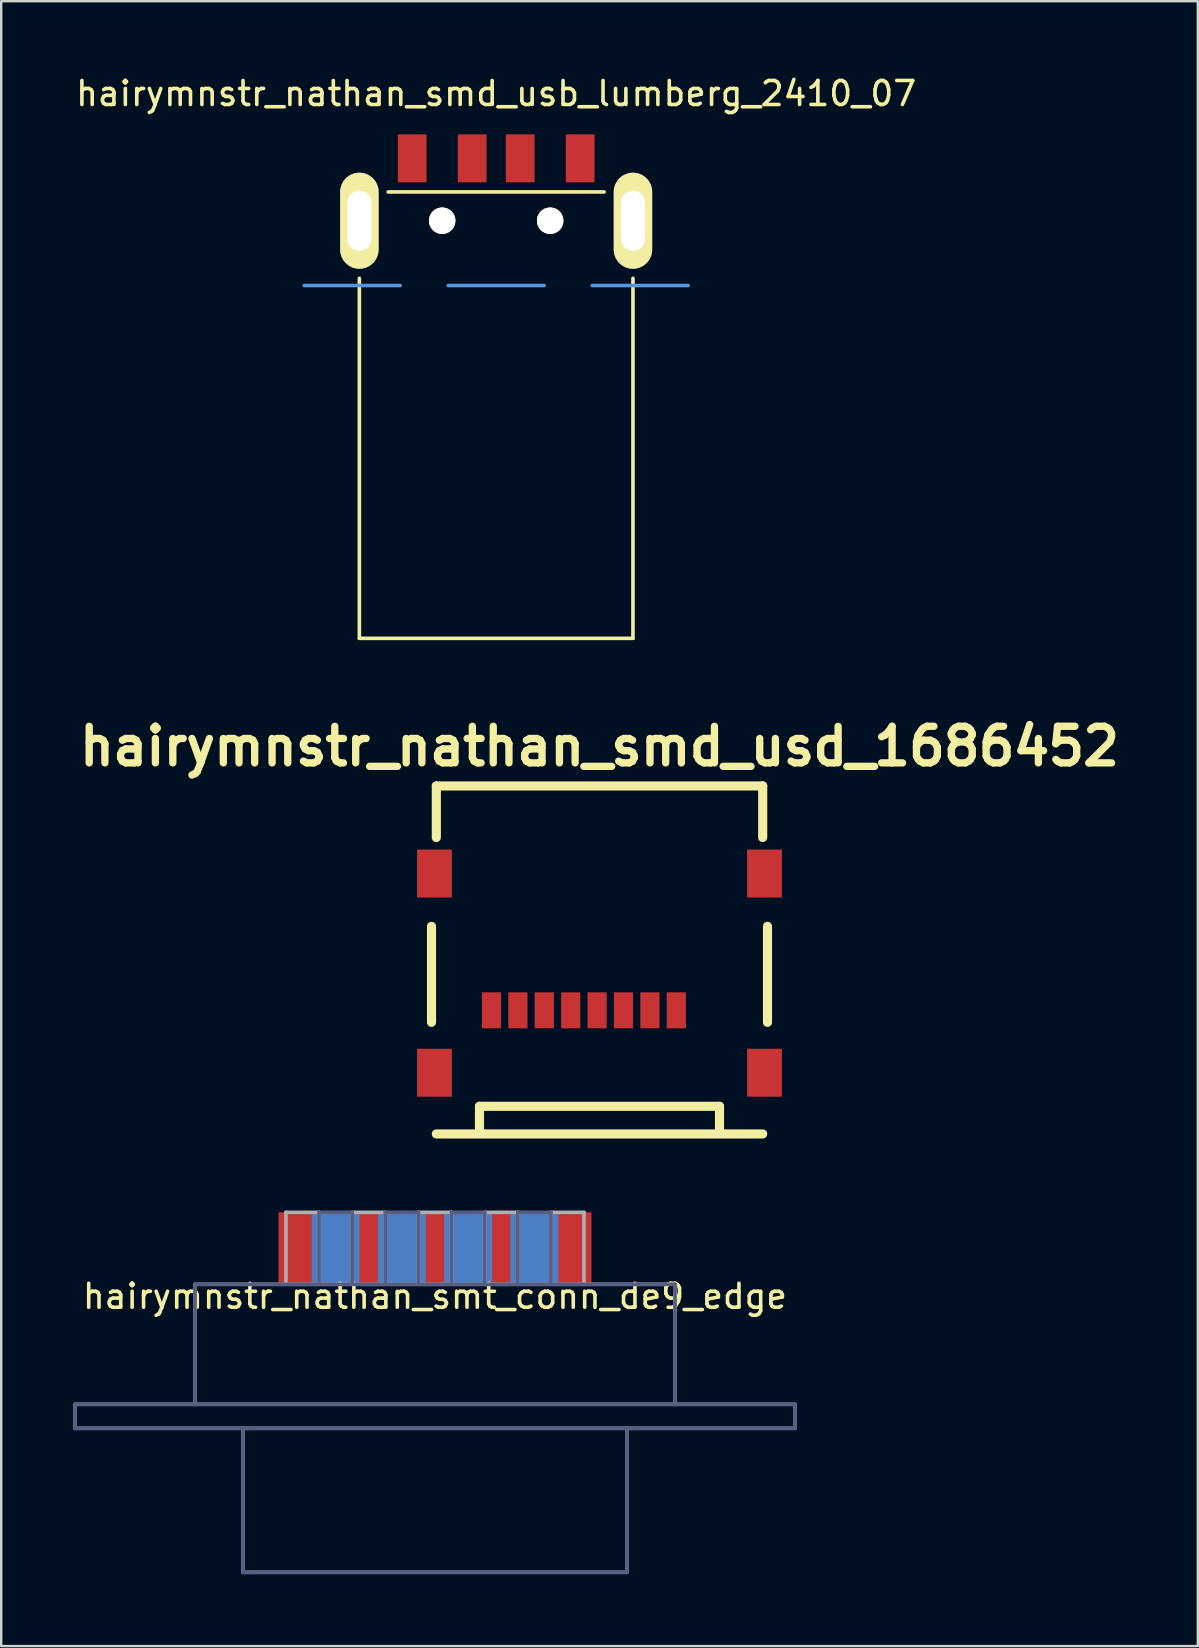
<source format=kicad_pcb>
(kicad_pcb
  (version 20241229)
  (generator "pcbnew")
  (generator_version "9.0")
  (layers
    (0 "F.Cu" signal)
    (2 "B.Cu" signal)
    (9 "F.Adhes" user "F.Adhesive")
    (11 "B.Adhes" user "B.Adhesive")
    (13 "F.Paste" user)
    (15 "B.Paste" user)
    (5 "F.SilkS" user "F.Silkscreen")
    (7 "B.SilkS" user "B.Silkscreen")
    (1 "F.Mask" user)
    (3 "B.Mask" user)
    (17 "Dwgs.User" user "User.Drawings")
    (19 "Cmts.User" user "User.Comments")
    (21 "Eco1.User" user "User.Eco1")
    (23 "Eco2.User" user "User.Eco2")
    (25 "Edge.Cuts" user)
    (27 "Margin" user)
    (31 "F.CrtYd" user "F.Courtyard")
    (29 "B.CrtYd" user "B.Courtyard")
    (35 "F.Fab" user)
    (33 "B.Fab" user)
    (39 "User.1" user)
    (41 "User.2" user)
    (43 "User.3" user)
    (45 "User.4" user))
  (footprint "hairymnstr_nathan_smd_usb_lumberg_2410_07"
    (layer "F.Cu")
    (at 17.625 8.848)
    (property "Reference" "hairymnstr_nathan_smd_usb_lumberg_2410_07" (at 0 -8 0) (layer "F.SilkS") (effects (font (size 1 1) (thickness 0.15))))
    (attr through_hole)
    (fp_line (start -5.7 -0.3) (end -5.7 14.7) (stroke (width 0.15) (type solid)) (layer "F.SilkS"))
    (fp_line (start -5.7 14.7) (end 5.7 14.7) (stroke (width 0.15) (type solid)) (layer "F.SilkS"))
    (fp_line (start -4.5 -3.9) (end 4.5 -3.9) (stroke (width 0.15) (type solid)) (layer "F.SilkS"))
    (fp_line (start 5.7 14.7) (end 5.7 -0.3) (stroke (width 0.15) (type solid)) (layer "F.SilkS"))
    (fp_line (start -8 0) (end -4 0) (stroke (width 0.15) (type solid)) (layer "Cmts.User"))
    (fp_line (start -2 0) (end 2 0) (stroke (width 0.15) (type solid)) (layer "Cmts.User"))
    (fp_line (start 4 0) (end 8 0) (stroke (width 0.15) (type solid)) (layer "Cmts.User"))
    (pad "1" smd rect (at 3.5 -5.3) (size 1.2 2) (layers "F.Cu" "F.Mask" "F.Paste"))
    (pad "2" smd rect (at 1 -5.3) (size 1.2 2) (layers "F.Cu" "F.Mask" "F.Paste"))
    (pad "3" smd rect (at -1 -5.3) (size 1.2 2) (layers "F.Cu" "F.Mask" "F.Paste"))
    (pad "4" smd rect (at -3.5 -5.3) (size 1.2 2) (layers "F.Cu" "F.Mask" "F.Paste"))
    (pad "5" thru_hole oval (at -5.7 -2.7) (size 1.6 4) (drill oval 1 2.5) (layers "*.Cu" "*.Mask" "F.SilkS"))
    (pad "5" thru_hole circle (at -2.25 -2.7) (size 1.1 1.1) (drill 1.1) (layers "*.Cu" "*.Mask" "F.SilkS"))
    (pad "5" thru_hole circle (at 2.25 -2.7) (size 1.1 1.1) (drill 1.1) (layers "*.Cu" "*.Mask" "F.SilkS"))
    (pad "5" thru_hole oval (at 5.7 -2.7) (size 1.6 4) (drill oval 1 2.5) (layers "*.Cu" "*.Mask" "F.SilkS")))
  (footprint "hairymnstr_nathan_smt_conn_de9_edge"
    (layer "F.Cu")
    (at 15.075 50.467)
    (property "Reference" "hairymnstr_nathan_smt_conn_de9_edge" (at 0 0.5 0) (layer "F.SilkS") (effects (font (size 1 1) (thickness 0.15))))
    (attr through_hole)
    (fp_line (start -15 5) (end -15 6) (stroke (width 0.15) (type solid)) (layer "B.Fab"))
    (fp_line (start -15 5) (end -10 5) (stroke (width 0.15) (type solid)) (layer "B.Fab"))
    (fp_line (start -15 6) (end 15 6) (stroke (width 0.15) (type solid)) (layer "B.Fab"))
    (fp_line (start -10 0) (end -10 5) (stroke (width 0.15) (type solid)) (layer "B.Fab"))
    (fp_line (start -10 5) (end 10 5) (stroke (width 0.15) (type solid)) (layer "B.Fab"))
    (fp_line (start -8 6) (end -8 12) (stroke (width 0.15) (type solid)) (layer "B.Fab"))
    (fp_line (start -8 12) (end 8 12) (stroke (width 0.15) (type solid)) (layer "B.Fab"))
    (fp_line (start -4.83 -3) (end -4.83 0) (stroke (width 0.15) (type solid)) (layer "B.Fab"))
    (fp_line (start -3.45 -3) (end -4.83 -3) (stroke (width 0.15) (type solid)) (layer "B.Fab"))
    (fp_line (start -3.45 0) (end -3.45 -3) (stroke (width 0.15) (type solid)) (layer "B.Fab"))
    (fp_line (start -2.07 -3) (end -2.07 0) (stroke (width 0.15) (type solid)) (layer "B.Fab"))
    (fp_line (start -0.69 -3) (end -2.07 -3) (stroke (width 0.15) (type solid)) (layer "B.Fab"))
    (fp_line (start -0.69 0) (end -0.69 -3) (stroke (width 0.15) (type solid)) (layer "B.Fab"))
    (fp_line (start 0.69 -3) (end 0.69 0) (stroke (width 0.15) (type solid)) (layer "B.Fab"))
    (fp_line (start 2.07 -3) (end 0.69 -3) (stroke (width 0.15) (type solid)) (layer "B.Fab"))
    (fp_line (start 2.07 0) (end 2.07 -3) (stroke (width 0.15) (type solid)) (layer "B.Fab"))
    (fp_line (start 3.45 -3) (end 3.45 0) (stroke (width 0.15) (type solid)) (layer "B.Fab"))
    (fp_line (start 4.83 -3) (end 3.45 -3) (stroke (width 0.15) (type solid)) (layer "B.Fab"))
    (fp_line (start 4.83 0) (end 4.83 -3) (stroke (width 0.15) (type solid)) (layer "B.Fab"))
    (fp_line (start 8 12) (end 8 6) (stroke (width 0.15) (type solid)) (layer "B.Fab"))
    (fp_line (start 10 0) (end -10 0) (stroke (width 0.15) (type solid)) (layer "B.Fab"))
    (fp_line (start 10 5) (end 10 0) (stroke (width 0.15) (type solid)) (layer "B.Fab"))
    (fp_line (start 15 5) (end 10 5) (stroke (width 0.15) (type solid)) (layer "B.Fab"))
    (fp_line (start 15 6) (end 15 5) (stroke (width 0.15) (type solid)) (layer "B.Fab"))
    (fp_line (start -15 5) (end -15 6) (stroke (width 0.15) (type solid)) (layer "F.Fab"))
    (fp_line (start -15 5) (end -10 5) (stroke (width 0.15) (type solid)) (layer "F.Fab"))
    (fp_line (start -15 6) (end 15 6) (stroke (width 0.15) (type solid)) (layer "F.Fab"))
    (fp_line (start -10 0) (end -10 5) (stroke (width 0.15) (type solid)) (layer "F.Fab"))
    (fp_line (start -10 5) (end 10 5) (stroke (width 0.15) (type solid)) (layer "F.Fab"))
    (fp_line (start -8 6) (end -8 12) (stroke (width 0.15) (type solid)) (layer "F.Fab"))
    (fp_line (start -8 12) (end 8 12) (stroke (width 0.15) (type solid)) (layer "F.Fab"))
    (fp_line (start -6.21 -3) (end -4.83 -3) (stroke (width 0.15) (type solid)) (layer "F.Fab"))
    (fp_line (start -6.21 0) (end -6.21 -3) (stroke (width 0.15) (type solid)) (layer "F.Fab"))
    (fp_line (start -4.83 -3) (end -4.83 0) (stroke (width 0.15) (type solid)) (layer "F.Fab"))
    (fp_line (start -3.45 -3) (end -2.07 -3) (stroke (width 0.15) (type solid)) (layer "F.Fab"))
    (fp_line (start -3.45 0) (end -3.45 -3) (stroke (width 0.15) (type solid)) (layer "F.Fab"))
    (fp_line (start -2.07 -3) (end -2.07 0) (stroke (width 0.15) (type solid)) (layer "F.Fab"))
    (fp_line (start -0.69 -3) (end 0.69 -3) (stroke (width 0.15) (type solid)) (layer "F.Fab"))
    (fp_line (start -0.69 0) (end -0.69 -3) (stroke (width 0.15) (type solid)) (layer "F.Fab"))
    (fp_line (start 0.69 -3) (end 0.69 0) (stroke (width 0.15) (type solid)) (layer "F.Fab"))
    (fp_line (start 2.07 -3) (end 3.45 -3) (stroke (width 0.15) (type solid)) (layer "F.Fab"))
    (fp_line (start 2.07 0) (end 2.07 -3) (stroke (width 0.15) (type solid)) (layer "F.Fab"))
    (fp_line (start 3.45 -3) (end 3.45 0) (stroke (width 0.15) (type solid)) (layer "F.Fab"))
    (fp_line (start 4.83 -3) (end 6.21 -3) (stroke (width 0.15) (type solid)) (layer "F.Fab"))
    (fp_line (start 4.83 0) (end 4.83 -3) (stroke (width 0.15) (type solid)) (layer "F.Fab"))
    (fp_line (start 6.21 -3) (end 6.21 0) (stroke (width 0.15) (type solid)) (layer "F.Fab"))
    (fp_line (start 8 12) (end 8 6) (stroke (width 0.15) (type solid)) (layer "F.Fab"))
    (fp_line (start 10 0) (end -10 0) (stroke (width 0.15) (type solid)) (layer "F.Fab"))
    (fp_line (start 10 5) (end 10 0) (stroke (width 0.15) (type solid)) (layer "F.Fab"))
    (fp_line (start 15 5) (end 10 5) (stroke (width 0.15) (type solid)) (layer "F.Fab"))
    (fp_line (start 15 6) (end 15 5) (stroke (width 0.15) (type solid)) (layer "F.Fab"))
    (pad "1" smd rect (at 5.52 -1.5) (size 2 3) (layers "F.Cu" "F.Mask" "F.Paste"))
    (pad "2" smd rect (at 2.76 -1.5) (size 2 3) (layers "F.Cu" "F.Mask" "F.Paste"))
    (pad "3" smd rect (at 0 -1.5) (size 2 3) (layers "F.Cu" "F.Mask" "F.Paste"))
    (pad "4" smd rect (at -2.76 -1.5) (size 2 3) (layers "F.Cu" "F.Mask" "F.Paste"))
    (pad "5" smd rect (at -5.52 -1.5) (size 2 3) (layers "F.Cu" "F.Mask" "F.Paste"))
    (pad "6" smd rect (at 4.14 -1.5) (size 2 3) (layers "B.Cu" "B.Mask" "B.Paste"))
    (pad "7" smd rect (at 1.38 -1.5) (size 2 3) (layers "B.Cu" "B.Mask" "B.Paste"))
    (pad "8" smd rect (at -1.38 -1.5) (size 2 3) (layers "B.Cu" "B.Mask" "B.Paste"))
    (pad "9" smd rect (at -4.14 -1.5) (size 2 3) (layers "B.Cu" "B.Mask" "B.Paste")))
  (footprint "hairymnstr_nathan_smd_usd_1686452"
    (layer "F.Cu")
    (at 21.931 39.05)
    (property "Reference" "hairymnstr_nathan_smd_usd_1686452" (at 0 -11.001 0) (layer "F.SilkS") (effects (font (size 1.524 1.524) (thickness 0.305))))
    (attr through_hole)
    (fp_line (start -7 -3.5) (end -7 0.5) (stroke (width 0.381) (type solid)) (layer "F.SilkS"))
    (fp_line (start -6.8 -9.35) (end -6.8 -7.201) (stroke (width 0.381) (type solid)) (layer "F.SilkS"))
    (fp_line (start -6.8 -9.35) (end 6.8 -9.35) (stroke (width 0.381) (type solid)) (layer "F.SilkS"))
    (fp_line (start -5.001 4) (end 5.001 4) (stroke (width 0.381) (type solid)) (layer "F.SilkS"))
    (fp_line (start -5.001 5.001) (end -5.001 4) (stroke (width 0.381) (type solid)) (layer "F.SilkS"))
    (fp_line (start 5.001 4) (end 5.001 5.001) (stroke (width 0.381) (type solid)) (layer "F.SilkS"))
    (fp_line (start 6.8 -9.35) (end 6.8 -7.201) (stroke (width 0.381) (type solid)) (layer "F.SilkS"))
    (fp_line (start 6.8 5.151) (end -6.8 5.151) (stroke (width 0.381) (type solid)) (layer "F.SilkS"))
    (fp_line (start 7 0.5) (end 7 -3.5) (stroke (width 0.381) (type solid)) (layer "F.SilkS"))
    (pad "1" smd rect (at 2.101 0) (size 0.8 1.501) (layers "F.Cu" "F.Mask" "F.Paste"))
    (pad "2" smd rect (at 1.001 0) (size 0.8 1.501) (layers "F.Cu" "F.Mask" "F.Paste"))
    (pad "4" smd rect (at -0.099 0) (size 0.8 1.501) (layers "F.Cu" "F.Mask" "F.Paste"))
    (pad "5" smd rect (at -1.199 0) (size 0.8 1.501) (layers "F.Cu" "F.Mask" "F.Paste"))
    (pad "6" smd rect (at -2.301 0) (size 0.8 1.501) (layers "F.Cu" "F.Mask" "F.Paste"))
    (pad "7" smd rect (at -3.401 0) (size 0.8 1.501) (layers "F.Cu" "F.Mask" "F.Paste"))
    (pad "8" smd rect (at -4.501 0) (size 0.8 1.501) (layers "F.Cu" "F.Mask" "F.Paste"))
    (pad "9" smd rect (at 3.2 0) (size 0.8 1.501) (layers "F.Cu" "F.Mask" "F.Paste"))
    (pad "10" smd rect (at -6.876 -5.7) (size 1.45 1.999) (layers "F.Cu" "F.Mask" "F.Paste"))
    (pad "10" smd rect (at -6.876 2.601) (size 1.45 1.999) (layers "F.Cu" "F.Mask" "F.Paste"))
    (pad "10" smd rect (at 6.876 -5.7) (size 1.45 1.999) (layers "F.Cu" "F.Mask" "F.Paste"))
    (pad "10" smd rect (at 6.876 2.601) (size 1.45 1.999) (layers "F.Cu" "F.Mask" "F.Paste")))
  (gr_rect
    (start -3 -3)
    (end 46.862 65.542)
    (stroke (width 0.1) (type default))
    (fill no)
    (layer "Edge.Cuts")))
</source>
